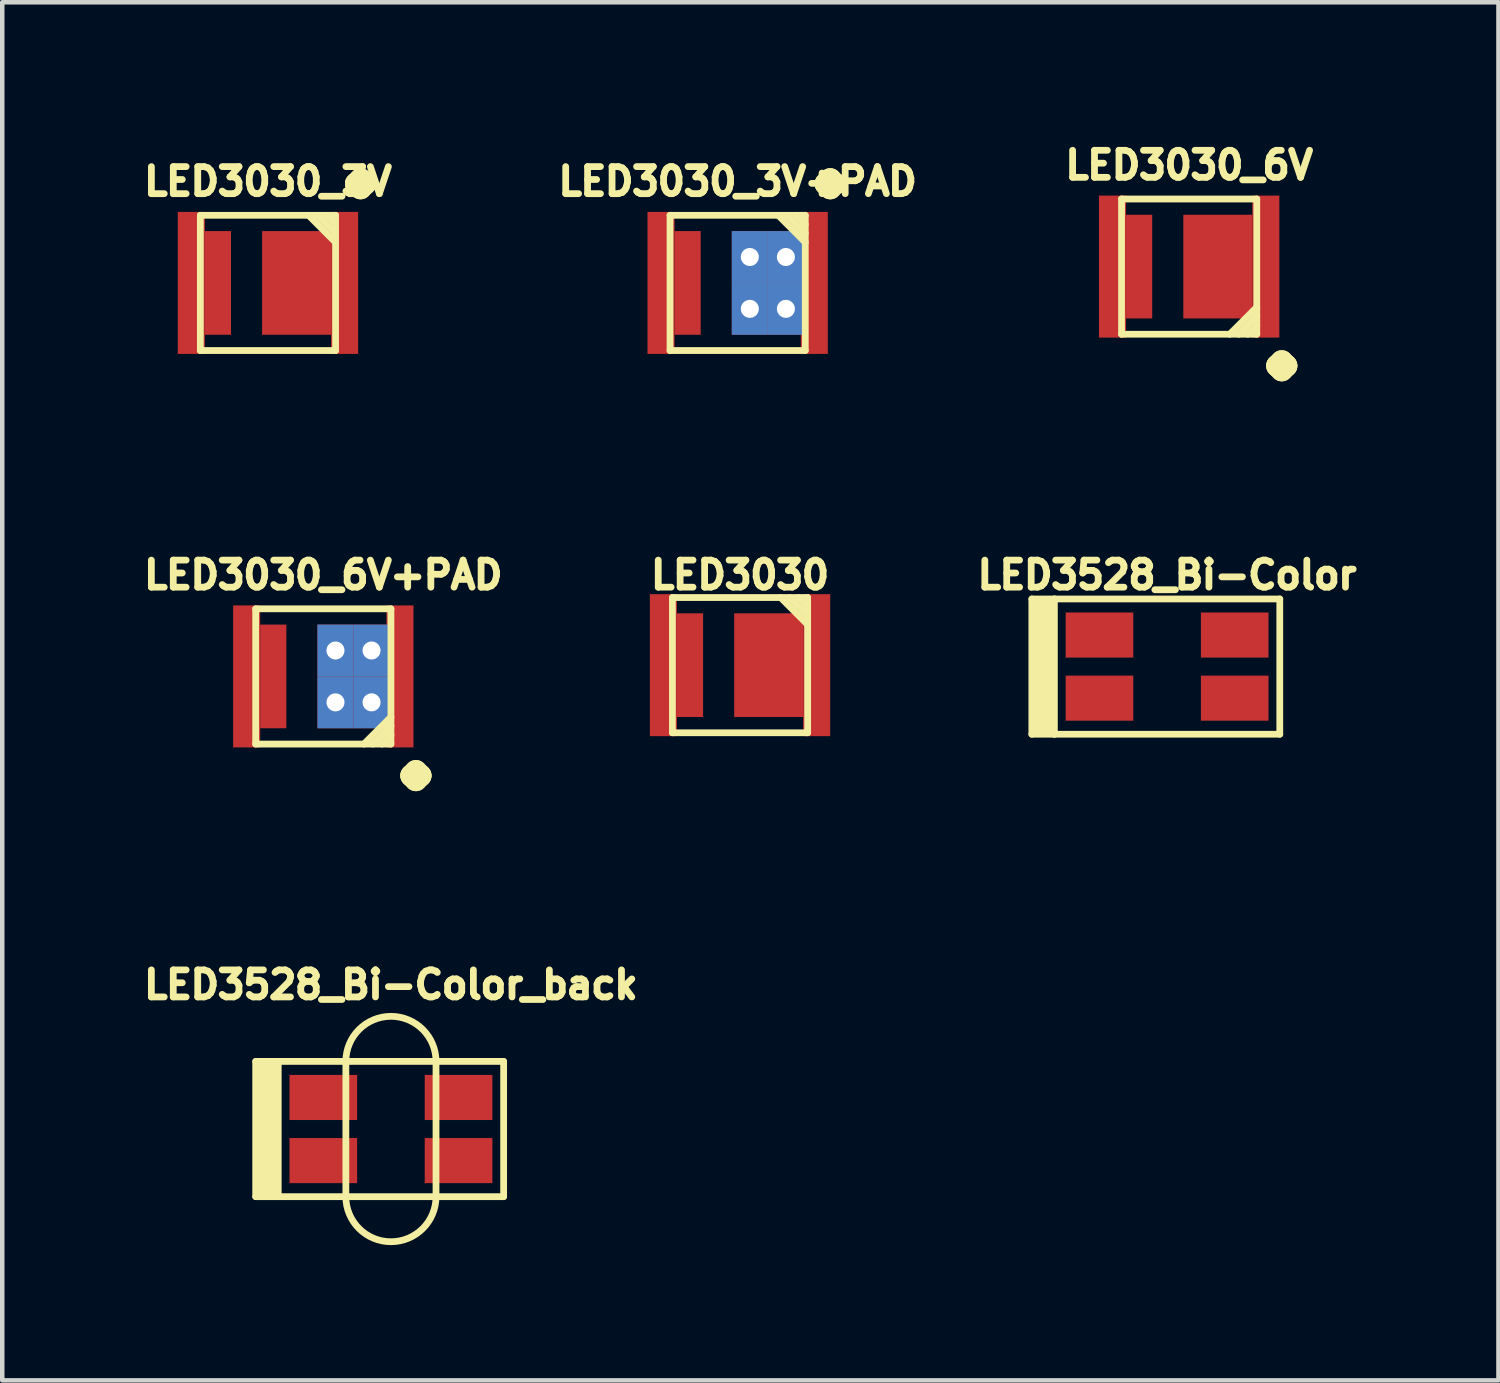
<source format=kicad_pcb>
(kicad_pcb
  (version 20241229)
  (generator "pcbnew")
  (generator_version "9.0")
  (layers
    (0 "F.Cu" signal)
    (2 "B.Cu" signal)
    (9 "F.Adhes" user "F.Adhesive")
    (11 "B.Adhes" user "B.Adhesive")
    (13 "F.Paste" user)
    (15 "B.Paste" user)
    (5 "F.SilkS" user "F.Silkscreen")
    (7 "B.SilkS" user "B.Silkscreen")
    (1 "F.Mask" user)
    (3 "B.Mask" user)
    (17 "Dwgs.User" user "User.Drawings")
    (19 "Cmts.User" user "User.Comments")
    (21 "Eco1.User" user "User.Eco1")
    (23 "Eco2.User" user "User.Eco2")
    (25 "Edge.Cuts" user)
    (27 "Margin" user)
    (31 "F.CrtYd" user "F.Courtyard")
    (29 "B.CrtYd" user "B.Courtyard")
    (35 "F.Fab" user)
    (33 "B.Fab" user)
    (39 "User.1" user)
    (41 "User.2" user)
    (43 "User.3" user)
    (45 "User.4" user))
  (footprint "LED3030"
    (layer "F.Cu")
    (at 13.366 11.705)
    (property "Reference" "LED3030" (at 0 -2 0) (layer "F.SilkS") (effects (font (size 0.6 0.6) (thickness 0.15))))
    (attr smd)
    (fp_line (start -1.5 -1.5) (end -1.5 1.5) (stroke (width 0.15) (type solid)) (layer "F.SilkS"))
    (fp_line (start -1.5 -1.5) (end 1.5 -1.5) (stroke (width 0.15) (type solid)) (layer "F.SilkS"))
    (fp_line (start 0.9 -1.5) (end 1.5 -0.9) (stroke (width 0.15) (type solid)) (layer "F.SilkS"))
    (fp_line (start 1.1 -1.5) (end 1.5 -1.1) (stroke (width 0.15) (type solid)) (layer "F.SilkS"))
    (fp_line (start 1.3 -1.5) (end 1.5 -1.3) (stroke (width 0.15) (type solid)) (layer "F.SilkS"))
    (fp_line (start 1.5 -1.5) (end 1.5 1.5) (stroke (width 0.15) (type solid)) (layer "F.SilkS"))
    (fp_line (start 1.5 1.5) (end -1.5 1.5) (stroke (width 0.15) (type solid)) (layer "F.SilkS"))
    (pad "A" smd rect (at -1.7 0) (size 0.6 3.15) (layers "F.Cu" "F.Mask" "F.Paste"))
    (pad "A" smd rect (at -1.11 0) (size 0.58 2.3) (layers "F.Cu" "F.Mask" "F.Paste"))
    (pad "C" smd rect (at 0.635 0) (size 1.53 2.3) (layers "F.Cu" "F.Mask" "F.Paste"))
    (pad "C" smd rect (at 1.7 0) (size 0.6 3.15) (layers "F.Cu" "F.Mask" "F.Paste")))
  (footprint "LED3030_3V"
    (layer "F.Cu")
    (at 2.894 3.226)
    (property "Reference" "LED3030_3V" (at 0 -2.25 0) (layer "F.SilkS") (effects (font (size 0.6 0.6) (thickness 0.15))))
    (attr smd)
    (fp_line (start -1.5 -1.5) (end -1.5 1.5) (stroke (width 0.15) (type solid)) (layer "F.SilkS"))
    (fp_line (start -1.5 -1.5) (end 1.5 -1.5) (stroke (width 0.15) (type solid)) (layer "F.SilkS"))
    (fp_line (start 0.9 -1.5) (end 1.5 -0.9) (stroke (width 0.15) (type solid)) (layer "F.SilkS"))
    (fp_line (start 1.1 -1.5) (end 1.5 -1.1) (stroke (width 0.15) (type solid)) (layer "F.SilkS"))
    (fp_line (start 1.3 -1.5) (end 1.5 -1.3) (stroke (width 0.15) (type solid)) (layer "F.SilkS"))
    (fp_line (start 1.5 -1.5) (end 1.5 1.5) (stroke (width 0.15) (type solid)) (layer "F.SilkS"))
    (fp_line (start 1.5 1.5) (end -1.5 1.5) (stroke (width 0.15) (type solid)) (layer "F.SilkS"))
    (fp_text user "." (at 1.25 -2.2 90) (layer "F.SilkS") (effects (font (size 2 2) (thickness 0.5))))
    (pad "A" smd rect (at -1.7 0) (size 0.6 3.15) (layers "F.Cu" "F.Mask" "F.Paste"))
    (pad "A" smd rect (at -1.11 0) (size 0.58 2.3) (layers "F.Cu" "F.Mask" "F.Paste"))
    (pad "C" smd rect (at 0.635 0) (size 1.53 2.3) (layers "F.Cu" "F.Mask" "F.Paste"))
    (pad "C" smd rect (at 1.7 0) (size 0.6 3.15) (layers "F.Cu" "F.Mask" "F.Paste")))
  (footprint "LED3528_Bi-Color_back"
    (layer "F.Cu")
    (at 5.622 21.995)
    (property "Reference" "LED3528_Bi-Color_back" (at 0 -3.2 0) (layer "F.SilkS") (effects (font (size 0.6 0.6) (thickness 0.15))))
    (attr through_hole)
    (fp_line (start -3 -1.5) (end -3 1.5) (stroke (width 0.15) (type solid)) (layer "F.SilkS"))
    (fp_line (start -3 -1.5) (end -2.5 -1.5) (stroke (width 0.15) (type solid)) (layer "F.SilkS"))
    (fp_line (start -3 1.5) (end -2.5 1.5) (stroke (width 0.15) (type solid)) (layer "F.SilkS"))
    (fp_line (start -2.857 -1.46) (end -2.857 1.46) (stroke (width 0.15) (type solid)) (layer "F.SilkS"))
    (fp_line (start -2.731 1.46) (end -2.731 -1.46) (stroke (width 0.15) (type solid)) (layer "F.SilkS"))
    (fp_line (start -2.603 -1.46) (end -2.603 1.46) (stroke (width 0.15) (type solid)) (layer "F.SilkS"))
    (fp_line (start -2.5 -1.5) (end -2.5 1.5) (stroke (width 0.15) (type solid)) (layer "F.SilkS"))
    (fp_line (start -2.5 -1.5) (end 2.5 -1.5) (stroke (width 0.15) (type solid)) (layer "F.SilkS"))
    (fp_line (start -1 -1.5) (end -1 1.5) (stroke (width 0.15) (type solid)) (layer "F.SilkS"))
    (fp_line (start 1 -1.5) (end 1 1.5) (stroke (width 0.15) (type solid)) (layer "F.SilkS"))
    (fp_line (start 2.5 -1.5) (end 2.5 1.5) (stroke (width 0.15) (type solid)) (layer "F.SilkS"))
    (fp_line (start 2.5 1.5) (end -2.5 1.5) (stroke (width 0.15) (type solid)) (layer "F.SilkS"))
    (fp_arc (start -1 -1.5) (mid 0 -2.5) (end 1 -1.5) (stroke (width 0.15) (type solid)) (layer "F.SilkS"))
    (fp_arc (start 1 1.5) (mid 0 2.5) (end -1 1.5) (stroke (width 0.15) (type solid)) (layer "F.SilkS"))
    (pad "GA" smd rect (at 1.5 0.7) (size 1.5 1) (layers "F.Cu" "F.Mask" "F.Paste"))
    (pad "GC" smd rect (at -1.5 0.7) (size 1.5 1) (layers "F.Cu" "F.Mask" "F.Paste"))
    (pad "RA" smd rect (at 1.5 -0.7) (size 1.5 1) (layers "F.Cu" "F.Mask" "F.Paste"))
    (pad "RC" smd rect (at -1.5 -0.7) (size 1.5 1) (layers "F.Cu" "F.Mask" "F.Paste")))
  (footprint "LED3528_Bi-Color"
    (layer "F.Cu")
    (at 22.839 11.737)
    (property "Reference" "LED3528_Bi-Color" (at 0 -2.032 0) (layer "F.SilkS") (effects (font (size 0.6 0.6) (thickness 0.15))))
    (attr smd)
    (fp_line (start -3 -1.5) (end -3 1.5) (stroke (width 0.15) (type solid)) (layer "F.SilkS"))
    (fp_line (start -3 -1.5) (end -2.5 -1.5) (stroke (width 0.15) (type solid)) (layer "F.SilkS"))
    (fp_line (start -3 1.5) (end -2.5 1.5) (stroke (width 0.15) (type solid)) (layer "F.SilkS"))
    (fp_line (start -2.857 -1.46) (end -2.857 1.46) (stroke (width 0.15) (type solid)) (layer "F.SilkS"))
    (fp_line (start -2.731 1.46) (end -2.731 -1.46) (stroke (width 0.15) (type solid)) (layer "F.SilkS"))
    (fp_line (start -2.603 -1.46) (end -2.603 1.46) (stroke (width 0.15) (type solid)) (layer "F.SilkS"))
    (fp_line (start -2.5 -1.5) (end -2.5 1.5) (stroke (width 0.15) (type solid)) (layer "F.SilkS"))
    (fp_line (start -2.5 -1.5) (end 2.5 -1.5) (stroke (width 0.15) (type solid)) (layer "F.SilkS"))
    (fp_line (start 2.5 -1.5) (end 2.5 1.5) (stroke (width 0.15) (type solid)) (layer "F.SilkS"))
    (fp_line (start 2.5 1.5) (end -2.5 1.5) (stroke (width 0.15) (type solid)) (layer "F.SilkS"))
    (pad "GA" smd rect (at 1.5 0.7) (size 1.5 1) (layers "F.Cu" "F.Mask" "F.Paste"))
    (pad "GC" smd rect (at -1.5 0.7) (size 1.5 1) (layers "F.Cu" "F.Mask" "F.Paste"))
    (pad "RA" smd rect (at 1.5 -0.7) (size 1.5 1) (layers "F.Cu" "F.Mask" "F.Paste"))
    (pad "RC" smd rect (at -1.5 -0.7) (size 1.5 1) (layers "F.Cu" "F.Mask" "F.Paste")))
  (footprint "LED3030_6V"
    (layer "F.Cu")
    (at 23.329 2.864)
    (property "Reference" "LED3030_6V" (at 0 -2.25 0) (layer "F.SilkS") (effects (font (size 0.6 0.6) (thickness 0.15))))
    (attr smd)
    (fp_line (start -1.5 -1.5) (end -1.5 1.5) (stroke (width 0.15) (type solid)) (layer "F.SilkS"))
    (fp_line (start -1.5 -1.5) (end 1.5 -1.5) (stroke (width 0.15) (type solid)) (layer "F.SilkS"))
    (fp_line (start 0.9 1.5) (end 1.5 0.9) (stroke (width 0.15) (type solid)) (layer "F.SilkS"))
    (fp_line (start 1.1 1.5) (end 1.5 1.1) (stroke (width 0.15) (type solid)) (layer "F.SilkS"))
    (fp_line (start 1.3 1.5) (end 1.5 1.3) (stroke (width 0.15) (type solid)) (layer "F.SilkS"))
    (fp_line (start 1.5 -1.5) (end 1.5 1.5) (stroke (width 0.15) (type solid)) (layer "F.SilkS"))
    (fp_line (start 1.5 1.5) (end -1.5 1.5) (stroke (width 0.15) (type solid)) (layer "F.SilkS"))
    (fp_text user "." (at 1.25 2.2 90) (unlocked yes) (layer "F.SilkS") (effects (font (size 2 2) (thickness 0.5))))
    (pad "A" smd rect (at -1.7 0) (size 0.6 3.15) (layers "F.Cu" "F.Mask" "F.Paste"))
    (pad "A" smd rect (at -1.11 0) (size 0.58 2.3) (layers "F.Cu" "F.Mask" "F.Paste"))
    (pad "C" smd rect (at 0.635 0) (size 1.53 2.3) (layers "F.Cu" "F.Mask" "F.Paste"))
    (pad "C" smd rect (at 1.7 0) (size 0.6 3.15) (layers "F.Cu" "F.Mask" "F.Paste")))
  (footprint "LED3030_3V+PAD"
    (layer "F.Cu")
    (at 13.313 3.226)
    (property "Reference" "LED3030_3V+PAD" (at 0 -2.25 0) (layer "F.SilkS") (effects (font (size 0.6 0.6) (thickness 0.15))))
    (attr smd)
    (fp_line (start -1.5 -1.5) (end -1.5 1.5) (stroke (width 0.15) (type solid)) (layer "F.SilkS"))
    (fp_line (start -1.5 -1.5) (end 1.5 -1.5) (stroke (width 0.15) (type solid)) (layer "F.SilkS"))
    (fp_line (start 0.9 -1.5) (end 1.5 -0.9) (stroke (width 0.15) (type solid)) (layer "F.SilkS"))
    (fp_line (start 1.1 -1.5) (end 1.5 -1.1) (stroke (width 0.15) (type solid)) (layer "F.SilkS"))
    (fp_line (start 1.3 -1.5) (end 1.5 -1.3) (stroke (width 0.15) (type solid)) (layer "F.SilkS"))
    (fp_line (start 1.5 -1.5) (end 1.5 1.5) (stroke (width 0.15) (type solid)) (layer "F.SilkS"))
    (fp_line (start 1.5 1.5) (end -1.5 1.5) (stroke (width 0.15) (type solid)) (layer "F.SilkS"))
    (fp_text user "." (at 1.25 -2.2 90) (unlocked yes) (layer "F.SilkS") (effects (font (size 2 2) (thickness 0.5))))
    (pad "A" smd rect (at -1.7 0) (size 0.6 3.15) (layers "F.Cu" "F.Mask" "F.Paste"))
    (pad "A" smd rect (at -1.11 0) (size 0.58 2.3) (layers "F.Cu" "F.Mask" "F.Paste"))
    (pad "C" thru_hole rect (at 0.27 -0.575) (size 0.8 1.15) (drill 0.4) (layers "*.Cu" "*.Mask" "F.Paste"))
    (pad "C" thru_hole rect (at 0.27 0.575) (size 0.8 1.15) (drill 0.4) (layers "*.Cu" "*.Mask" "F.Paste"))
    (pad "C" thru_hole rect (at 1.07 -0.575) (size 0.8 1.15) (drill 0.4) (layers "*.Cu" "*.Mask" "F.Paste"))
    (pad "C" thru_hole rect (at 1.07 0.575) (size 0.8 1.15) (drill 0.4) (layers "*.Cu" "*.Mask" "F.Paste"))
    (pad "C" smd rect (at 1.7 0) (size 0.6 3.15) (layers "F.Cu" "F.Mask" "F.Paste")))
  (footprint "LED3030_6V+PAD"
    (layer "F.Cu")
    (at 4.122 11.955)
    (property "Reference" "LED3030_6V+PAD" (at 0 -2.25 0) (layer "F.SilkS") (effects (font (size 0.6 0.6) (thickness 0.15))))
    (attr smd)
    (fp_line (start -1.5 -1.5) (end -1.5 1.5) (stroke (width 0.15) (type solid)) (layer "F.SilkS"))
    (fp_line (start -1.5 -1.5) (end 1.5 -1.5) (stroke (width 0.15) (type solid)) (layer "F.SilkS"))
    (fp_line (start 0.9 1.5) (end 1.5 0.9) (stroke (width 0.15) (type solid)) (layer "F.SilkS"))
    (fp_line (start 1.1 1.5) (end 1.5 1.1) (stroke (width 0.15) (type solid)) (layer "F.SilkS"))
    (fp_line (start 1.3 1.5) (end 1.5 1.3) (stroke (width 0.15) (type solid)) (layer "F.SilkS"))
    (fp_line (start 1.5 -1.5) (end 1.5 1.5) (stroke (width 0.15) (type solid)) (layer "F.SilkS"))
    (fp_line (start 1.5 1.5) (end -1.5 1.5) (stroke (width 0.15) (type solid)) (layer "F.SilkS"))
    (fp_text user "." (at 1.25 2.2 90) (unlocked yes) (layer "F.SilkS") (effects (font (size 2 2) (thickness 0.5))))
    (pad "A" smd rect (at -1.7 0) (size 0.6 3.15) (layers "F.Cu" "F.Mask" "F.Paste"))
    (pad "A" smd rect (at -1.11 0) (size 0.58 2.3) (layers "F.Cu" "F.Mask" "F.Paste"))
    (pad "C" thru_hole rect (at 0.27 -0.575) (size 0.8 1.15) (drill 0.4) (layers "*.Cu" "*.Mask" "F.Paste"))
    (pad "C" thru_hole rect (at 0.27 0.575) (size 0.8 1.15) (drill 0.4) (layers "*.Cu" "*.Mask" "F.Paste"))
    (pad "C" thru_hole rect (at 1.07 -0.575) (size 0.8 1.15) (drill 0.4) (layers "*.Cu" "*.Mask" "F.Paste"))
    (pad "C" thru_hole rect (at 1.07 0.575) (size 0.8 1.15) (drill 0.4) (layers "*.Cu" "*.Mask" "F.Paste"))
    (pad "C" smd rect (at 1.7 0) (size 0.6 3.15) (layers "F.Cu" "F.Mask" "F.Paste")))
  (gr_rect
    (start -3 -3)
    (end 30.19 27.57)
    (stroke (width 0.1) (type default))
    (fill no)
    (layer "Edge.Cuts")))
</source>
